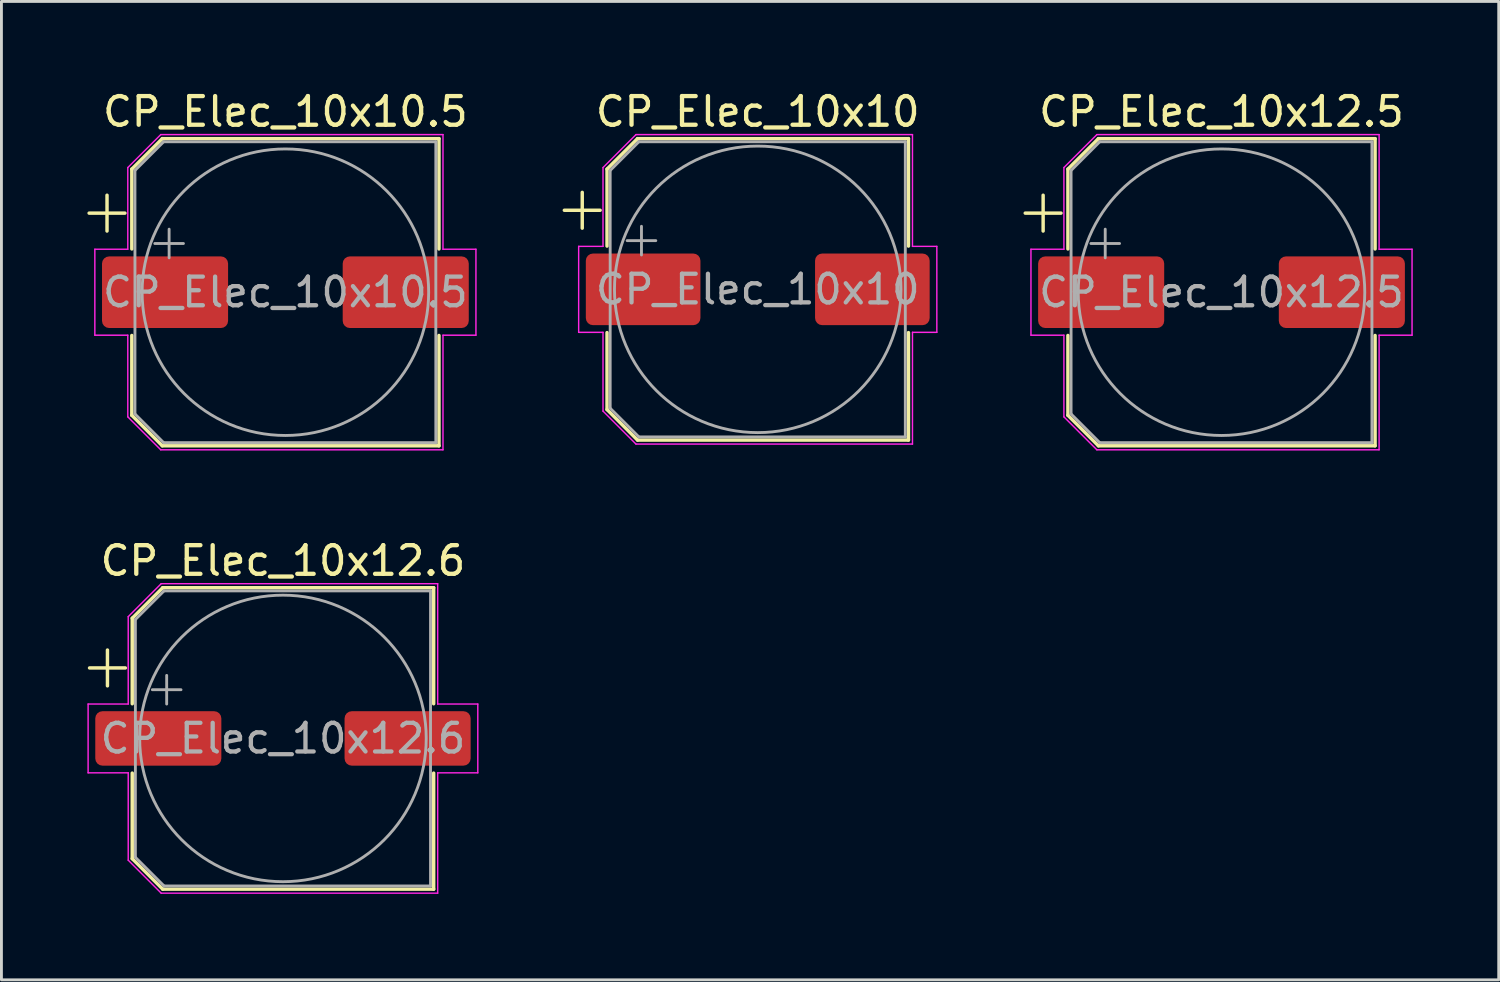
<source format=kicad_pcb>
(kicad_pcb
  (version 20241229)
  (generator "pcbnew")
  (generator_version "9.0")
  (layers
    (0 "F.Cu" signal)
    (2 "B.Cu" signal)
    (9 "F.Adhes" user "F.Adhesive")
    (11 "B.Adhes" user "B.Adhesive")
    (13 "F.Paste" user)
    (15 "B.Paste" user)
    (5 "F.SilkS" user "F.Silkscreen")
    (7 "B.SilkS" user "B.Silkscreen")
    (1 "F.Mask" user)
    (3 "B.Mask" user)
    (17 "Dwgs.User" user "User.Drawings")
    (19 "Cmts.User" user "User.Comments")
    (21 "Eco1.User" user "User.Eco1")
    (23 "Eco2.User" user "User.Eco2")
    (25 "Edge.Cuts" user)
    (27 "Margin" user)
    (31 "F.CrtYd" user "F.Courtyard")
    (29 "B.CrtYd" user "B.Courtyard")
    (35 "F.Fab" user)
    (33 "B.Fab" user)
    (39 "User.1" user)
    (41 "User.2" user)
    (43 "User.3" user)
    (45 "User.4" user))
  (footprint "CP_Elec_10x12.6"
    (layer "F.Cu")
    (at 6.825 22.721)
    (property "Reference" "CP_Elec_10x12.6" (at 0 -6.2 0) (layer "F.SilkS") (effects (font (size 1 1) (thickness 0.15))))
    (attr smd)
    (fp_line (start -6.75 -2.46) (end -5.5 -2.46) (stroke (width 0.12) (type solid)) (layer "F.SilkS"))
    (fp_line (start -6.125 -3.085) (end -6.125 -1.835) (stroke (width 0.12) (type solid)) (layer "F.SilkS"))
    (fp_line (start -5.26 -4.196) (end -5.26 -1.21) (stroke (width 0.12) (type solid)) (layer "F.SilkS"))
    (fp_line (start -5.26 -4.196) (end -4.196 -5.26) (stroke (width 0.12) (type solid)) (layer "F.SilkS"))
    (fp_line (start -5.26 4.196) (end -5.26 1.21) (stroke (width 0.12) (type solid)) (layer "F.SilkS"))
    (fp_line (start -5.26 4.196) (end -4.196 5.26) (stroke (width 0.12) (type solid)) (layer "F.SilkS"))
    (fp_line (start -4.196 -5.26) (end 5.26 -5.26) (stroke (width 0.12) (type solid)) (layer "F.SilkS"))
    (fp_line (start -4.196 5.26) (end 5.26 5.26) (stroke (width 0.12) (type solid)) (layer "F.SilkS"))
    (fp_line (start 5.26 -5.26) (end 5.26 -1.21) (stroke (width 0.12) (type solid)) (layer "F.SilkS"))
    (fp_line (start 5.26 5.26) (end 5.26 1.21) (stroke (width 0.12) (type solid)) (layer "F.SilkS"))
    (fp_line (start -6.8 -1.2) (end -6.8 1.2) (stroke (width 0.05) (type solid)) (layer "F.CrtYd"))
    (fp_line (start -6.8 1.2) (end -5.4 1.2) (stroke (width 0.05) (type solid)) (layer "F.CrtYd"))
    (fp_line (start -5.4 -4.25) (end -5.4 -1.2) (stroke (width 0.05) (type solid)) (layer "F.CrtYd"))
    (fp_line (start -5.4 -4.25) (end -4.25 -5.4) (stroke (width 0.05) (type solid)) (layer "F.CrtYd"))
    (fp_line (start -5.4 -1.2) (end -6.8 -1.2) (stroke (width 0.05) (type solid)) (layer "F.CrtYd"))
    (fp_line (start -5.4 1.2) (end -5.4 4.25) (stroke (width 0.05) (type solid)) (layer "F.CrtYd"))
    (fp_line (start -5.4 4.25) (end -4.25 5.4) (stroke (width 0.05) (type solid)) (layer "F.CrtYd"))
    (fp_line (start -4.25 -5.4) (end 5.4 -5.4) (stroke (width 0.05) (type solid)) (layer "F.CrtYd"))
    (fp_line (start -4.25 5.4) (end 5.4 5.4) (stroke (width 0.05) (type solid)) (layer "F.CrtYd"))
    (fp_line (start 5.4 -5.4) (end 5.4 -1.2) (stroke (width 0.05) (type solid)) (layer "F.CrtYd"))
    (fp_line (start 5.4 -1.2) (end 6.8 -1.2) (stroke (width 0.05) (type solid)) (layer "F.CrtYd"))
    (fp_line (start 5.4 1.2) (end 5.4 5.4) (stroke (width 0.05) (type solid)) (layer "F.CrtYd"))
    (fp_line (start 6.8 -1.2) (end 6.8 1.2) (stroke (width 0.05) (type solid)) (layer "F.CrtYd"))
    (fp_line (start 6.8 1.2) (end 5.4 1.2) (stroke (width 0.05) (type solid)) (layer "F.CrtYd"))
    (fp_line (start -5.15 -4.15) (end -5.15 4.15) (stroke (width 0.1) (type solid)) (layer "F.Fab"))
    (fp_line (start -5.15 -4.15) (end -4.15 -5.15) (stroke (width 0.1) (type solid)) (layer "F.Fab"))
    (fp_line (start -5.15 4.15) (end -4.15 5.15) (stroke (width 0.1) (type solid)) (layer "F.Fab"))
    (fp_line (start -4.558 -1.7) (end -3.558 -1.7) (stroke (width 0.1) (type solid)) (layer "F.Fab"))
    (fp_line (start -4.15 -5.15) (end 5.15 -5.15) (stroke (width 0.1) (type solid)) (layer "F.Fab"))
    (fp_line (start -4.15 5.15) (end 5.15 5.15) (stroke (width 0.1) (type solid)) (layer "F.Fab"))
    (fp_line (start -4.058 -2.2) (end -4.058 -1.2) (stroke (width 0.1) (type solid)) (layer "F.Fab"))
    (fp_line (start 5.15 -5.15) (end 5.15 5.15) (stroke (width 0.1) (type solid)) (layer "F.Fab"))
    (fp_circle (center 0 0) (end 5 0) (stroke (width 0.1) (type solid)) (fill no) (layer "F.Fab"))
    (fp_text user "${REFERENCE}" (at 0 0 0) (layer "F.Fab") (effects (font (size 1 1) (thickness 0.15))))
    (pad "1" smd roundrect (at -4.35 0) (size 4.4 1.9) (layers "F.Cu" "F.Mask" "F.Paste") (roundrect_rratio 0.132))
    (pad "2" smd roundrect (at 4.35 0) (size 4.4 1.9) (layers "F.Cu" "F.Mask" "F.Paste") (roundrect_rratio 0.132)))
  (footprint "CP_Elec_10x12.5"
    (layer "F.Cu")
    (at 39.58 7.148)
    (property "Reference" "CP_Elec_10x12.5" (at 0 -6.3 0) (layer "F.SilkS") (effects (font (size 1 1) (thickness 0.15))))
    (attr smd)
    (fp_line (start -6.85 -2.76) (end -5.6 -2.76) (stroke (width 0.12) (type solid)) (layer "F.SilkS"))
    (fp_line (start -6.225 -3.385) (end -6.225 -2.135) (stroke (width 0.12) (type solid)) (layer "F.SilkS"))
    (fp_line (start -5.36 -4.296) (end -5.36 -1.51) (stroke (width 0.12) (type solid)) (layer "F.SilkS"))
    (fp_line (start -5.36 -4.296) (end -4.296 -5.36) (stroke (width 0.12) (type solid)) (layer "F.SilkS"))
    (fp_line (start -5.36 4.296) (end -5.36 1.51) (stroke (width 0.12) (type solid)) (layer "F.SilkS"))
    (fp_line (start -5.36 4.296) (end -4.296 5.36) (stroke (width 0.12) (type solid)) (layer "F.SilkS"))
    (fp_line (start -4.296 -5.36) (end 5.36 -5.36) (stroke (width 0.12) (type solid)) (layer "F.SilkS"))
    (fp_line (start -4.296 5.36) (end 5.36 5.36) (stroke (width 0.12) (type solid)) (layer "F.SilkS"))
    (fp_line (start 5.36 -5.36) (end 5.36 -1.51) (stroke (width 0.12) (type solid)) (layer "F.SilkS"))
    (fp_line (start 5.36 5.36) (end 5.36 1.51) (stroke (width 0.12) (type solid)) (layer "F.SilkS"))
    (fp_line (start -6.65 -1.5) (end -6.65 1.5) (stroke (width 0.05) (type solid)) (layer "F.CrtYd"))
    (fp_line (start -6.65 1.5) (end -5.5 1.5) (stroke (width 0.05) (type solid)) (layer "F.CrtYd"))
    (fp_line (start -5.5 -4.35) (end -5.5 -1.5) (stroke (width 0.05) (type solid)) (layer "F.CrtYd"))
    (fp_line (start -5.5 -4.35) (end -4.35 -5.5) (stroke (width 0.05) (type solid)) (layer "F.CrtYd"))
    (fp_line (start -5.5 -1.5) (end -6.65 -1.5) (stroke (width 0.05) (type solid)) (layer "F.CrtYd"))
    (fp_line (start -5.5 1.5) (end -5.5 4.35) (stroke (width 0.05) (type solid)) (layer "F.CrtYd"))
    (fp_line (start -5.5 4.35) (end -4.35 5.5) (stroke (width 0.05) (type solid)) (layer "F.CrtYd"))
    (fp_line (start -4.35 -5.5) (end 5.5 -5.5) (stroke (width 0.05) (type solid)) (layer "F.CrtYd"))
    (fp_line (start -4.35 5.5) (end 5.5 5.5) (stroke (width 0.05) (type solid)) (layer "F.CrtYd"))
    (fp_line (start 5.5 -5.5) (end 5.5 -1.5) (stroke (width 0.05) (type solid)) (layer "F.CrtYd"))
    (fp_line (start 5.5 -1.5) (end 6.65 -1.5) (stroke (width 0.05) (type solid)) (layer "F.CrtYd"))
    (fp_line (start 5.5 1.5) (end 5.5 5.5) (stroke (width 0.05) (type solid)) (layer "F.CrtYd"))
    (fp_line (start 6.65 -1.5) (end 6.65 1.5) (stroke (width 0.05) (type solid)) (layer "F.CrtYd"))
    (fp_line (start 6.65 1.5) (end 5.5 1.5) (stroke (width 0.05) (type solid)) (layer "F.CrtYd"))
    (fp_line (start -5.25 -4.25) (end -5.25 4.25) (stroke (width 0.1) (type solid)) (layer "F.Fab"))
    (fp_line (start -5.25 -4.25) (end -4.25 -5.25) (stroke (width 0.1) (type solid)) (layer "F.Fab"))
    (fp_line (start -5.25 4.25) (end -4.25 5.25) (stroke (width 0.1) (type solid)) (layer "F.Fab"))
    (fp_line (start -4.558 -1.7) (end -3.558 -1.7) (stroke (width 0.1) (type solid)) (layer "F.Fab"))
    (fp_line (start -4.25 -5.25) (end 5.25 -5.25) (stroke (width 0.1) (type solid)) (layer "F.Fab"))
    (fp_line (start -4.25 5.25) (end 5.25 5.25) (stroke (width 0.1) (type solid)) (layer "F.Fab"))
    (fp_line (start -4.058 -2.2) (end -4.058 -1.2) (stroke (width 0.1) (type solid)) (layer "F.Fab"))
    (fp_line (start 5.25 -5.25) (end 5.25 5.25) (stroke (width 0.1) (type solid)) (layer "F.Fab"))
    (fp_circle (center 0 0) (end 5 0) (stroke (width 0.1) (type solid)) (fill no) (layer "F.Fab"))
    (fp_text user "${REFERENCE}" (at 0 0 0) (layer "F.Fab") (effects (font (size 1 1) (thickness 0.15))))
    (pad "1" smd roundrect (at -4.2 0) (size 4.4 2.5) (layers "F.Cu" "F.Mask" "F.Paste") (roundrect_rratio 0.1))
    (pad "2" smd roundrect (at 4.2 0) (size 4.4 2.5) (layers "F.Cu" "F.Mask" "F.Paste") (roundrect_rratio 0.1)))
  (footprint "CP_Elec_10x10.5"
    (layer "F.Cu")
    (at 6.91 7.148)
    (property "Reference" "CP_Elec_10x10.5" (at 0 -6.3 0) (layer "F.SilkS") (effects (font (size 1 1) (thickness 0.15))))
    (attr smd)
    (fp_line (start -6.85 -2.76) (end -5.6 -2.76) (stroke (width 0.12) (type solid)) (layer "F.SilkS"))
    (fp_line (start -6.225 -3.385) (end -6.225 -2.135) (stroke (width 0.12) (type solid)) (layer "F.SilkS"))
    (fp_line (start -5.36 -4.296) (end -5.36 -1.51) (stroke (width 0.12) (type solid)) (layer "F.SilkS"))
    (fp_line (start -5.36 -4.296) (end -4.296 -5.36) (stroke (width 0.12) (type solid)) (layer "F.SilkS"))
    (fp_line (start -5.36 4.296) (end -5.36 1.51) (stroke (width 0.12) (type solid)) (layer "F.SilkS"))
    (fp_line (start -5.36 4.296) (end -4.296 5.36) (stroke (width 0.12) (type solid)) (layer "F.SilkS"))
    (fp_line (start -4.296 -5.36) (end 5.36 -5.36) (stroke (width 0.12) (type solid)) (layer "F.SilkS"))
    (fp_line (start -4.296 5.36) (end 5.36 5.36) (stroke (width 0.12) (type solid)) (layer "F.SilkS"))
    (fp_line (start 5.36 -5.36) (end 5.36 -1.51) (stroke (width 0.12) (type solid)) (layer "F.SilkS"))
    (fp_line (start 5.36 5.36) (end 5.36 1.51) (stroke (width 0.12) (type solid)) (layer "F.SilkS"))
    (fp_line (start -6.65 -1.5) (end -6.65 1.5) (stroke (width 0.05) (type solid)) (layer "F.CrtYd"))
    (fp_line (start -6.65 1.5) (end -5.5 1.5) (stroke (width 0.05) (type solid)) (layer "F.CrtYd"))
    (fp_line (start -5.5 -4.35) (end -5.5 -1.5) (stroke (width 0.05) (type solid)) (layer "F.CrtYd"))
    (fp_line (start -5.5 -4.35) (end -4.35 -5.5) (stroke (width 0.05) (type solid)) (layer "F.CrtYd"))
    (fp_line (start -5.5 -1.5) (end -6.65 -1.5) (stroke (width 0.05) (type solid)) (layer "F.CrtYd"))
    (fp_line (start -5.5 1.5) (end -5.5 4.35) (stroke (width 0.05) (type solid)) (layer "F.CrtYd"))
    (fp_line (start -5.5 4.35) (end -4.35 5.5) (stroke (width 0.05) (type solid)) (layer "F.CrtYd"))
    (fp_line (start -4.35 -5.5) (end 5.5 -5.5) (stroke (width 0.05) (type solid)) (layer "F.CrtYd"))
    (fp_line (start -4.35 5.5) (end 5.5 5.5) (stroke (width 0.05) (type solid)) (layer "F.CrtYd"))
    (fp_line (start 5.5 -5.5) (end 5.5 -1.5) (stroke (width 0.05) (type solid)) (layer "F.CrtYd"))
    (fp_line (start 5.5 -1.5) (end 6.65 -1.5) (stroke (width 0.05) (type solid)) (layer "F.CrtYd"))
    (fp_line (start 5.5 1.5) (end 5.5 5.5) (stroke (width 0.05) (type solid)) (layer "F.CrtYd"))
    (fp_line (start 6.65 -1.5) (end 6.65 1.5) (stroke (width 0.05) (type solid)) (layer "F.CrtYd"))
    (fp_line (start 6.65 1.5) (end 5.5 1.5) (stroke (width 0.05) (type solid)) (layer "F.CrtYd"))
    (fp_line (start -5.25 -4.25) (end -5.25 4.25) (stroke (width 0.1) (type solid)) (layer "F.Fab"))
    (fp_line (start -5.25 -4.25) (end -4.25 -5.25) (stroke (width 0.1) (type solid)) (layer "F.Fab"))
    (fp_line (start -5.25 4.25) (end -4.25 5.25) (stroke (width 0.1) (type solid)) (layer "F.Fab"))
    (fp_line (start -4.558 -1.7) (end -3.558 -1.7) (stroke (width 0.1) (type solid)) (layer "F.Fab"))
    (fp_line (start -4.25 -5.25) (end 5.25 -5.25) (stroke (width 0.1) (type solid)) (layer "F.Fab"))
    (fp_line (start -4.25 5.25) (end 5.25 5.25) (stroke (width 0.1) (type solid)) (layer "F.Fab"))
    (fp_line (start -4.058 -2.2) (end -4.058 -1.2) (stroke (width 0.1) (type solid)) (layer "F.Fab"))
    (fp_line (start 5.25 -5.25) (end 5.25 5.25) (stroke (width 0.1) (type solid)) (layer "F.Fab"))
    (fp_circle (center 0 0) (end 5 0) (stroke (width 0.1) (type solid)) (fill no) (layer "F.Fab"))
    (fp_text user "${REFERENCE}" (at 0 0 0) (layer "F.Fab") (effects (font (size 1 1) (thickness 0.15))))
    (pad "1" smd roundrect (at -4.2 0) (size 4.4 2.5) (layers "F.Cu" "F.Mask" "F.Paste") (roundrect_rratio 0.1))
    (pad "2" smd roundrect (at 4.2 0) (size 4.4 2.5) (layers "F.Cu" "F.Mask" "F.Paste") (roundrect_rratio 0.1)))
  (footprint "CP_Elec_10x10"
    (layer "F.Cu")
    (at 23.395 7.048)
    (property "Reference" "CP_Elec_10x10" (at 0 -6.2 0) (layer "F.SilkS") (effects (font (size 1 1) (thickness 0.15))))
    (attr smd)
    (fp_line (start -6.75 -2.76) (end -5.5 -2.76) (stroke (width 0.12) (type solid)) (layer "F.SilkS"))
    (fp_line (start -6.125 -3.385) (end -6.125 -2.135) (stroke (width 0.12) (type solid)) (layer "F.SilkS"))
    (fp_line (start -5.26 -4.196) (end -5.26 -1.51) (stroke (width 0.12) (type solid)) (layer "F.SilkS"))
    (fp_line (start -5.26 -4.196) (end -4.196 -5.26) (stroke (width 0.12) (type solid)) (layer "F.SilkS"))
    (fp_line (start -5.26 4.196) (end -5.26 1.51) (stroke (width 0.12) (type solid)) (layer "F.SilkS"))
    (fp_line (start -5.26 4.196) (end -4.196 5.26) (stroke (width 0.12) (type solid)) (layer "F.SilkS"))
    (fp_line (start -4.196 -5.26) (end 5.26 -5.26) (stroke (width 0.12) (type solid)) (layer "F.SilkS"))
    (fp_line (start -4.196 5.26) (end 5.26 5.26) (stroke (width 0.12) (type solid)) (layer "F.SilkS"))
    (fp_line (start 5.26 -5.26) (end 5.26 -1.51) (stroke (width 0.12) (type solid)) (layer "F.SilkS"))
    (fp_line (start 5.26 5.26) (end 5.26 1.51) (stroke (width 0.12) (type solid)) (layer "F.SilkS"))
    (fp_line (start -6.25 -1.5) (end -6.25 1.5) (stroke (width 0.05) (type solid)) (layer "F.CrtYd"))
    (fp_line (start -6.25 1.5) (end -5.4 1.5) (stroke (width 0.05) (type solid)) (layer "F.CrtYd"))
    (fp_line (start -5.4 -4.25) (end -5.4 -1.5) (stroke (width 0.05) (type solid)) (layer "F.CrtYd"))
    (fp_line (start -5.4 -4.25) (end -4.25 -5.4) (stroke (width 0.05) (type solid)) (layer "F.CrtYd"))
    (fp_line (start -5.4 -1.5) (end -6.25 -1.5) (stroke (width 0.05) (type solid)) (layer "F.CrtYd"))
    (fp_line (start -5.4 1.5) (end -5.4 4.25) (stroke (width 0.05) (type solid)) (layer "F.CrtYd"))
    (fp_line (start -5.4 4.25) (end -4.25 5.4) (stroke (width 0.05) (type solid)) (layer "F.CrtYd"))
    (fp_line (start -4.25 -5.4) (end 5.4 -5.4) (stroke (width 0.05) (type solid)) (layer "F.CrtYd"))
    (fp_line (start -4.25 5.4) (end 5.4 5.4) (stroke (width 0.05) (type solid)) (layer "F.CrtYd"))
    (fp_line (start 5.4 -5.4) (end 5.4 -1.5) (stroke (width 0.05) (type solid)) (layer "F.CrtYd"))
    (fp_line (start 5.4 -1.5) (end 6.25 -1.5) (stroke (width 0.05) (type solid)) (layer "F.CrtYd"))
    (fp_line (start 5.4 1.5) (end 5.4 5.4) (stroke (width 0.05) (type solid)) (layer "F.CrtYd"))
    (fp_line (start 6.25 -1.5) (end 6.25 1.5) (stroke (width 0.05) (type solid)) (layer "F.CrtYd"))
    (fp_line (start 6.25 1.5) (end 5.4 1.5) (stroke (width 0.05) (type solid)) (layer "F.CrtYd"))
    (fp_line (start -5.15 -4.15) (end -5.15 4.15) (stroke (width 0.1) (type solid)) (layer "F.Fab"))
    (fp_line (start -5.15 -4.15) (end -4.15 -5.15) (stroke (width 0.1) (type solid)) (layer "F.Fab"))
    (fp_line (start -5.15 4.15) (end -4.15 5.15) (stroke (width 0.1) (type solid)) (layer "F.Fab"))
    (fp_line (start -4.558 -1.7) (end -3.558 -1.7) (stroke (width 0.1) (type solid)) (layer "F.Fab"))
    (fp_line (start -4.15 -5.15) (end 5.15 -5.15) (stroke (width 0.1) (type solid)) (layer "F.Fab"))
    (fp_line (start -4.15 5.15) (end 5.15 5.15) (stroke (width 0.1) (type solid)) (layer "F.Fab"))
    (fp_line (start -4.058 -2.2) (end -4.058 -1.2) (stroke (width 0.1) (type solid)) (layer "F.Fab"))
    (fp_line (start 5.15 -5.15) (end 5.15 5.15) (stroke (width 0.1) (type solid)) (layer "F.Fab"))
    (fp_circle (center 0 0) (end 5 0) (stroke (width 0.1) (type solid)) (fill no) (layer "F.Fab"))
    (fp_text user "${REFERENCE}" (at 0 0 0) (layer "F.Fab") (effects (font (size 1 1) (thickness 0.15))))
    (pad "1" smd roundrect (at -4 0) (size 4 2.5) (layers "F.Cu" "F.Mask" "F.Paste") (roundrect_rratio 0.1))
    (pad "2" smd roundrect (at 4 0) (size 4 2.5) (layers "F.Cu" "F.Mask" "F.Paste") (roundrect_rratio 0.1)))
  (gr_rect
    (start -3 -3)
    (end 49.255 31.146)
    (stroke (width 0.1) (type default))
    (fill no)
    (layer "Edge.Cuts")))
</source>
